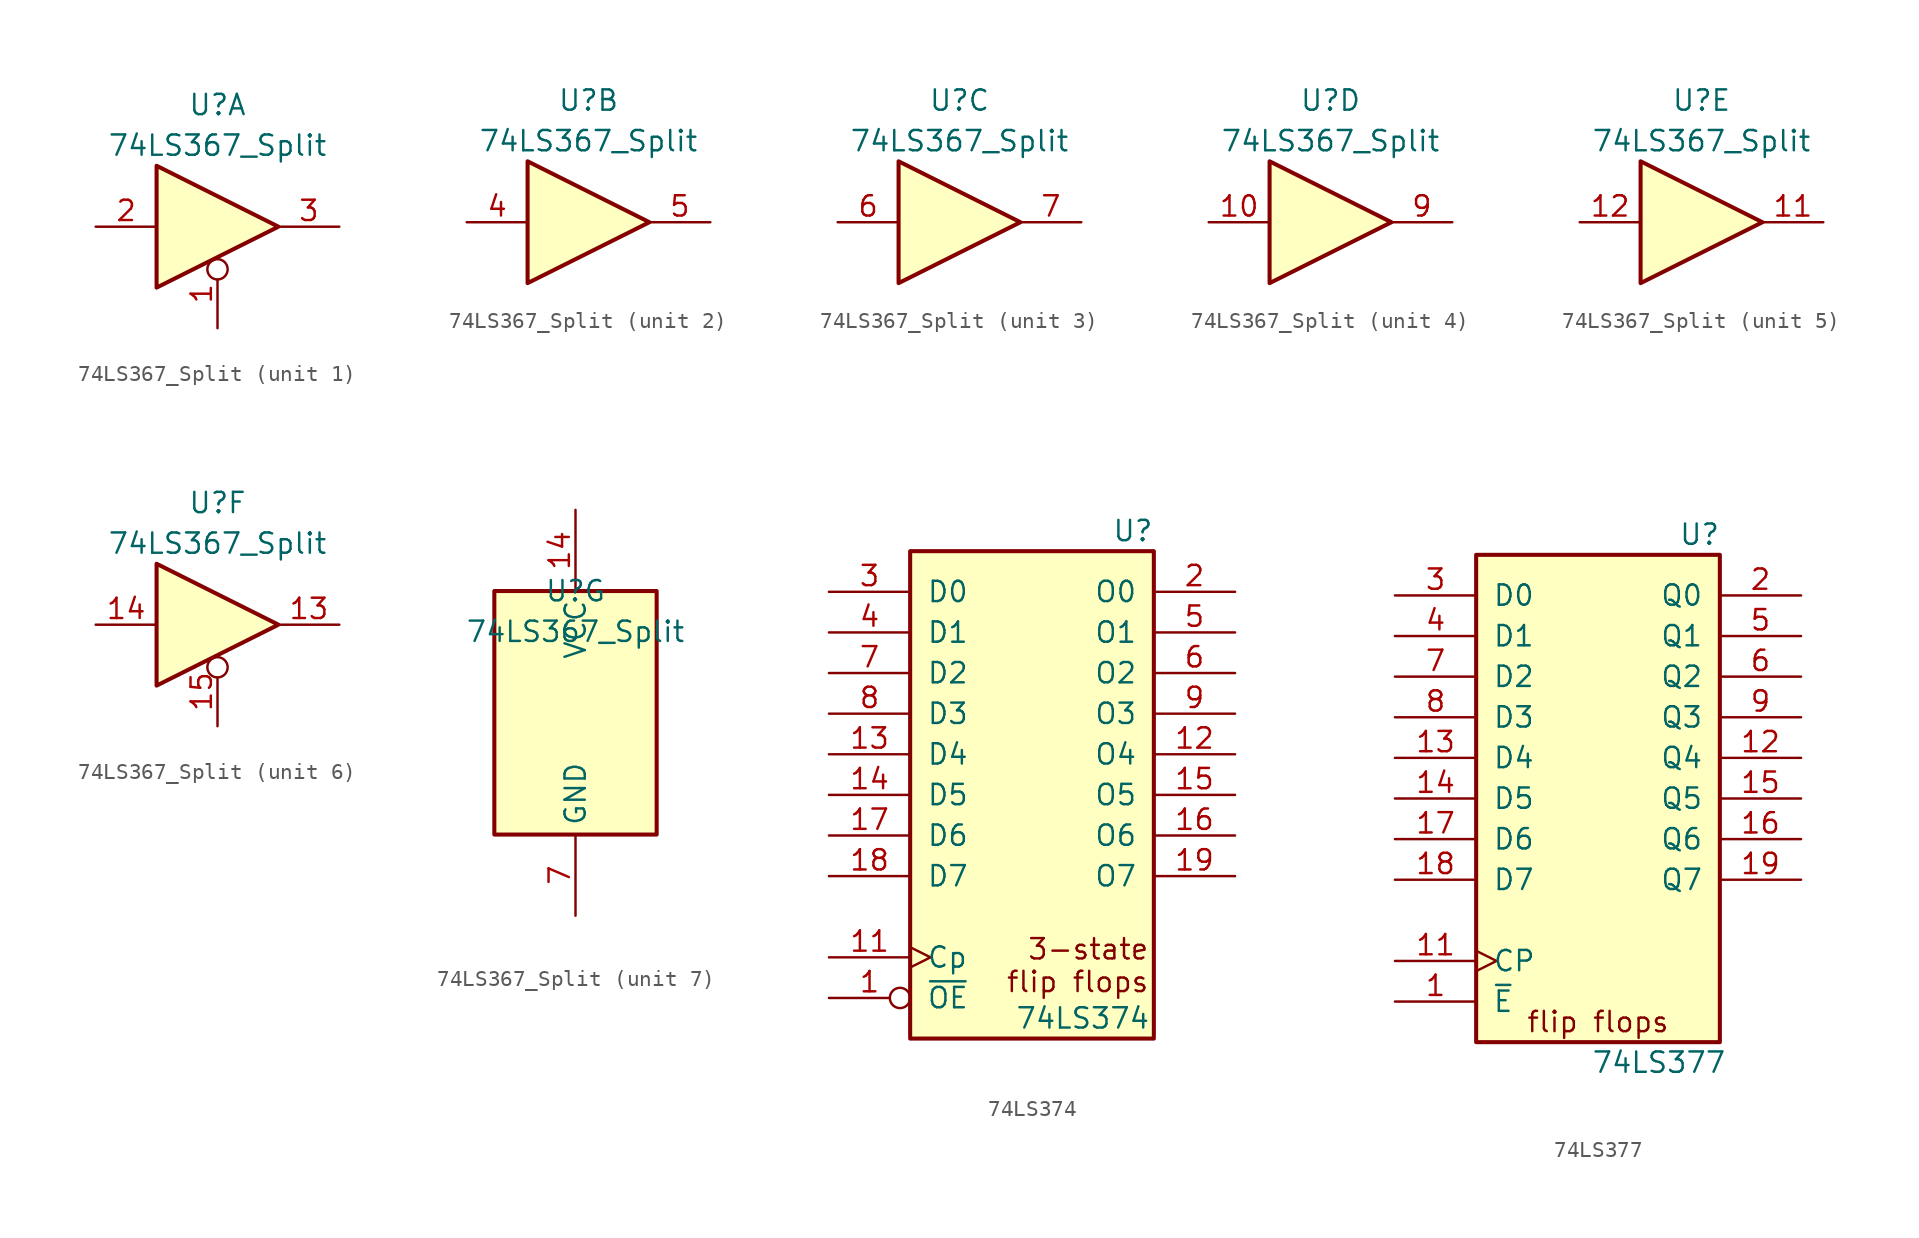
<source format=kicad_sym>
(kicad_symbol_lib
  (version 20231120)
  (generator "kicad_symbol_editor")
  (generator_version "8.0")
  (symbol "74LS367_Split"
    (property "Reference" "U"
      (at 0 7.62 0)
      (effects (font (size 1.27 1.27))))
    (property "Value" "74LS367_Split"
      (at 0 5.08 0)
      (effects (font (size 1.27 1.27))))
    (property "ki_locked" ""
      (at 0 0 0)
      (effects (font (size 1.27 1.27))))
    (symbol "74LS367_Split_1_0"
      (polyline (pts (xy -3.81 3.81) (xy -3.81 -3.81) (xy 3.81 0) (xy -3.81 3.81)) (stroke (width 0.254) (type default)) (fill (type background)))
      (pin input inverted (at 0 -6.35 90) (length 4.318) (name "~" (effects (font (size 1.27 1.27)))) (number "1" (effects (font (size 1.27 1.27)))))
      (pin input line (at -7.62 0 0) (length 3.81) (name "~" (effects (font (size 1.27 1.27)))) (number "2" (effects (font (size 1.27 1.27)))))
      (pin tri_state line (at 7.62 0 180) (length 3.81) (name "~" (effects (font (size 1.27 1.27)))) (number "3" (effects (font (size 1.27 1.27))))))
    (symbol "74LS367_Split_2_0"
      (polyline (pts (xy -3.81 3.81) (xy -3.81 -3.81) (xy 3.81 0) (xy -3.81 3.81)) (stroke (width 0.254) (type default)) (fill (type background)))
      (pin input line (at -7.62 0 0) (length 3.81) (name "~" (effects (font (size 1.27 1.27)))) (number "4" (effects (font (size 1.27 1.27)))))
      (pin tri_state line (at 7.62 0 180) (length 3.81) (name "~" (effects (font (size 1.27 1.27)))) (number "5" (effects (font (size 1.27 1.27))))))
    (symbol "74LS367_Split_3_0"
      (polyline (pts (xy -3.81 3.81) (xy -3.81 -3.81) (xy 3.81 0) (xy -3.81 3.81)) (stroke (width 0.254) (type default)) (fill (type background)))
      (pin input line (at -7.62 0 0) (length 3.81) (name "~" (effects (font (size 1.27 1.27)))) (number "6" (effects (font (size 1.27 1.27)))))
      (pin tri_state line (at 7.62 0 180) (length 3.81) (name "~" (effects (font (size 1.27 1.27)))) (number "7" (effects (font (size 1.27 1.27))))))
    (symbol "74LS367_Split_4_0"
      (polyline (pts (xy -3.81 3.81) (xy -3.81 -3.81) (xy 3.81 0) (xy -3.81 3.81)) (stroke (width 0.254) (type default)) (fill (type background)))
      (pin input line (at -7.62 0 0) (length 3.81) (name "~" (effects (font (size 1.27 1.27)))) (number "10" (effects (font (size 1.27 1.27)))))
      (pin tri_state line (at 7.62 0 180) (length 3.81) (name "~" (effects (font (size 1.27 1.27)))) (number "9" (effects (font (size 1.27 1.27))))))
    (symbol "74LS367_Split_5_0"
      (polyline (pts (xy -3.81 3.81) (xy -3.81 -3.81) (xy 3.81 0) (xy -3.81 3.81)) (stroke (width 0.254) (type default)) (fill (type background)))
      (pin tri_state line (at 7.62 0 180) (length 3.81) (name "~" (effects (font (size 1.27 1.27)))) (number "11" (effects (font (size 1.27 1.27)))))
      (pin input line (at -7.62 0 0) (length 3.81) (name "~" (effects (font (size 1.27 1.27)))) (number "12" (effects (font (size 1.27 1.27))))))
    (symbol "74LS367_Split_6_0"
      (polyline (pts (xy -3.81 3.81) (xy -3.81 -3.81) (xy 3.81 0) (xy -3.81 3.81)) (stroke (width 0.254) (type default)) (fill (type background)))
      (pin tri_state line (at 7.62 0 180) (length 3.81) (name "~" (effects (font (size 1.27 1.27)))) (number "13" (effects (font (size 1.27 1.27)))))
      (pin input line (at -7.62 0 0) (length 3.81) (name "~" (effects (font (size 1.27 1.27)))) (number "14" (effects (font (size 1.27 1.27)))))
      (pin input inverted (at 0 -6.35 90) (length 4.318) (name "~" (effects (font (size 1.27 1.27)))) (number "15" (effects (font (size 1.27 1.27))))))
    (symbol "74LS367_Split_7_0"
      (pin power_in line (at 0 12.7 270) (length 5.08) (name "VCC" (effects (font (size 1.27 1.27)))) (number "14" (effects (font (size 1.27 1.27)))))
      (pin power_in line (at 0 -12.7 90) (length 5.08) (name "GND" (effects (font (size 1.27 1.27)))) (number "7" (effects (font (size 1.27 1.27))))))
    (symbol "74LS367_Split_7_1"
      (rectangle (start -5.08 7.62) (end 5.08 -7.62) (stroke (width 0.254) (type default)) (fill (type background)))))
  (symbol "74LS374"
    (pin_names
      (offset 1.016))
    (property "Reference" "U"
      (at 7.62 16.51 0)
      (effects (font (size 1.27 1.27)) (justify right)))
    (property "Value" "74LS374"
      (at 3.175 -13.97 0)
      (effects (font (size 1.27 1.27))))
    (property "ki_locked" ""
      (at 0 0 0)
      (effects (font (size 1.27 1.27))))
    (symbol "74LS374_1_0"
      (text "3-state\nflip flops" (at 7.366 -10.668 0) (effects (font (size 1.27 1.27)) (justify right)))
      (pin input inverted (at -12.7 -12.7 0) (length 5.08) (name "~{OE}" (effects (font (size 1.27 1.27)))) (number "1" (effects (font (size 1.27 1.27)))))
      (pin input clock (at -12.7 -10.16 0) (length 5.08) (name "Cp" (effects (font (size 1.27 1.27)))) (number "11" (effects (font (size 1.27 1.27)))))
      (pin tri_state line (at 12.7 2.54 180) (length 5.08) (name "O4" (effects (font (size 1.27 1.27)))) (number "12" (effects (font (size 1.27 1.27)))))
      (pin input line (at -12.7 2.54 0) (length 5.08) (name "D4" (effects (font (size 1.27 1.27)))) (number "13" (effects (font (size 1.27 1.27)))))
      (pin input line (at -12.7 0 0) (length 5.08) (name "D5" (effects (font (size 1.27 1.27)))) (number "14" (effects (font (size 1.27 1.27)))))
      (pin tri_state line (at 12.7 0 180) (length 5.08) (name "O5" (effects (font (size 1.27 1.27)))) (number "15" (effects (font (size 1.27 1.27)))))
      (pin tri_state line (at 12.7 -2.54 180) (length 5.08) (name "O6" (effects (font (size 1.27 1.27)))) (number "16" (effects (font (size 1.27 1.27)))))
      (pin input line (at -12.7 -2.54 0) (length 5.08) (name "D6" (effects (font (size 1.27 1.27)))) (number "17" (effects (font (size 1.27 1.27)))))
      (pin input line (at -12.7 -5.08 0) (length 5.08) (name "D7" (effects (font (size 1.27 1.27)))) (number "18" (effects (font (size 1.27 1.27)))))
      (pin tri_state line (at 12.7 -5.08 180) (length 5.08) (name "O7" (effects (font (size 1.27 1.27)))) (number "19" (effects (font (size 1.27 1.27)))))
      (pin tri_state line (at 12.7 12.7 180) (length 5.08) (name "O0" (effects (font (size 1.27 1.27)))) (number "2" (effects (font (size 1.27 1.27)))))
      (pin input line (at -12.7 12.7 0) (length 5.08) (name "D0" (effects (font (size 1.27 1.27)))) (number "3" (effects (font (size 1.27 1.27)))))
      (pin input line (at -12.7 10.16 0) (length 5.08) (name "D1" (effects (font (size 1.27 1.27)))) (number "4" (effects (font (size 1.27 1.27)))))
      (pin tri_state line (at 12.7 10.16 180) (length 5.08) (name "O1" (effects (font (size 1.27 1.27)))) (number "5" (effects (font (size 1.27 1.27)))))
      (pin tri_state line (at 12.7 7.62 180) (length 5.08) (name "O2" (effects (font (size 1.27 1.27)))) (number "6" (effects (font (size 1.27 1.27)))))
      (pin input line (at -12.7 7.62 0) (length 5.08) (name "D2" (effects (font (size 1.27 1.27)))) (number "7" (effects (font (size 1.27 1.27)))))
      (pin input line (at -12.7 5.08 0) (length 5.08) (name "D3" (effects (font (size 1.27 1.27)))) (number "8" (effects (font (size 1.27 1.27)))))
      (pin tri_state line (at 12.7 5.08 180) (length 5.08) (name "O3" (effects (font (size 1.27 1.27)))) (number "9" (effects (font (size 1.27 1.27))))))
    (symbol "74LS374_1_1"
      (rectangle (start -7.62 15.24) (end 7.62 -15.24) (stroke (width 0.254) (type default)) (fill (type background)))))
  (symbol "74LS377"
    (pin_names
      (offset 1.016))
    (property "Reference" "U"
      (at 6.35 16.51 0)
      (effects (font (size 1.27 1.27))))
    (property "Value" "74LS377"
      (at 3.81 -16.51 0)
      (effects (font (size 1.27 1.27))))
    (property "ki_locked" ""
      (at 0 0 0)
      (effects (font (size 1.27 1.27))))
    (symbol "74LS377_0_0"
      (text "flip flops" (at 0 -13.97 0) (effects (font (size 1.27 1.27)))))
    (symbol "74LS377_1_0"
      (pin input line (at -12.7 -12.7 0) (length 5.08) (name "~{E}" (effects (font (size 1.27 1.27)))) (number "1" (effects (font (size 1.27 1.27)))))
      (pin input clock (at -12.7 -10.16 0) (length 5.08) (name "CP" (effects (font (size 1.27 1.27)))) (number "11" (effects (font (size 1.27 1.27)))))
      (pin output line (at 12.7 2.54 180) (length 5.08) (name "Q4" (effects (font (size 1.27 1.27)))) (number "12" (effects (font (size 1.27 1.27)))))
      (pin input line (at -12.7 2.54 0) (length 5.08) (name "D4" (effects (font (size 1.27 1.27)))) (number "13" (effects (font (size 1.27 1.27)))))
      (pin input line (at -12.7 0 0) (length 5.08) (name "D5" (effects (font (size 1.27 1.27)))) (number "14" (effects (font (size 1.27 1.27)))))
      (pin output line (at 12.7 0 180) (length 5.08) (name "Q5" (effects (font (size 1.27 1.27)))) (number "15" (effects (font (size 1.27 1.27)))))
      (pin output line (at 12.7 -2.54 180) (length 5.08) (name "Q6" (effects (font (size 1.27 1.27)))) (number "16" (effects (font (size 1.27 1.27)))))
      (pin input line (at -12.7 -2.54 0) (length 5.08) (name "D6" (effects (font (size 1.27 1.27)))) (number "17" (effects (font (size 1.27 1.27)))))
      (pin input line (at -12.7 -5.08 0) (length 5.08) (name "D7" (effects (font (size 1.27 1.27)))) (number "18" (effects (font (size 1.27 1.27)))))
      (pin output line (at 12.7 -5.08 180) (length 5.08) (name "Q7" (effects (font (size 1.27 1.27)))) (number "19" (effects (font (size 1.27 1.27)))))
      (pin output line (at 12.7 12.7 180) (length 5.08) (name "Q0" (effects (font (size 1.27 1.27)))) (number "2" (effects (font (size 1.27 1.27)))))
      (pin input line (at -12.7 12.7 0) (length 5.08) (name "D0" (effects (font (size 1.27 1.27)))) (number "3" (effects (font (size 1.27 1.27)))))
      (pin input line (at -12.7 10.16 0) (length 5.08) (name "D1" (effects (font (size 1.27 1.27)))) (number "4" (effects (font (size 1.27 1.27)))))
      (pin output line (at 12.7 10.16 180) (length 5.08) (name "Q1" (effects (font (size 1.27 1.27)))) (number "5" (effects (font (size 1.27 1.27)))))
      (pin output line (at 12.7 7.62 180) (length 5.08) (name "Q2" (effects (font (size 1.27 1.27)))) (number "6" (effects (font (size 1.27 1.27)))))
      (pin input line (at -12.7 7.62 0) (length 5.08) (name "D2" (effects (font (size 1.27 1.27)))) (number "7" (effects (font (size 1.27 1.27)))))
      (pin input line (at -12.7 5.08 0) (length 5.08) (name "D3" (effects (font (size 1.27 1.27)))) (number "8" (effects (font (size 1.27 1.27)))))
      (pin output line (at 12.7 5.08 180) (length 5.08) (name "Q3" (effects (font (size 1.27 1.27)))) (number "9" (effects (font (size 1.27 1.27))))))
    (symbol "74LS377_1_1"
      (rectangle (start -7.62 15.24) (end 7.62 -15.24) (stroke (width 0.254) (type default)) (fill (type background))))))
</source>
